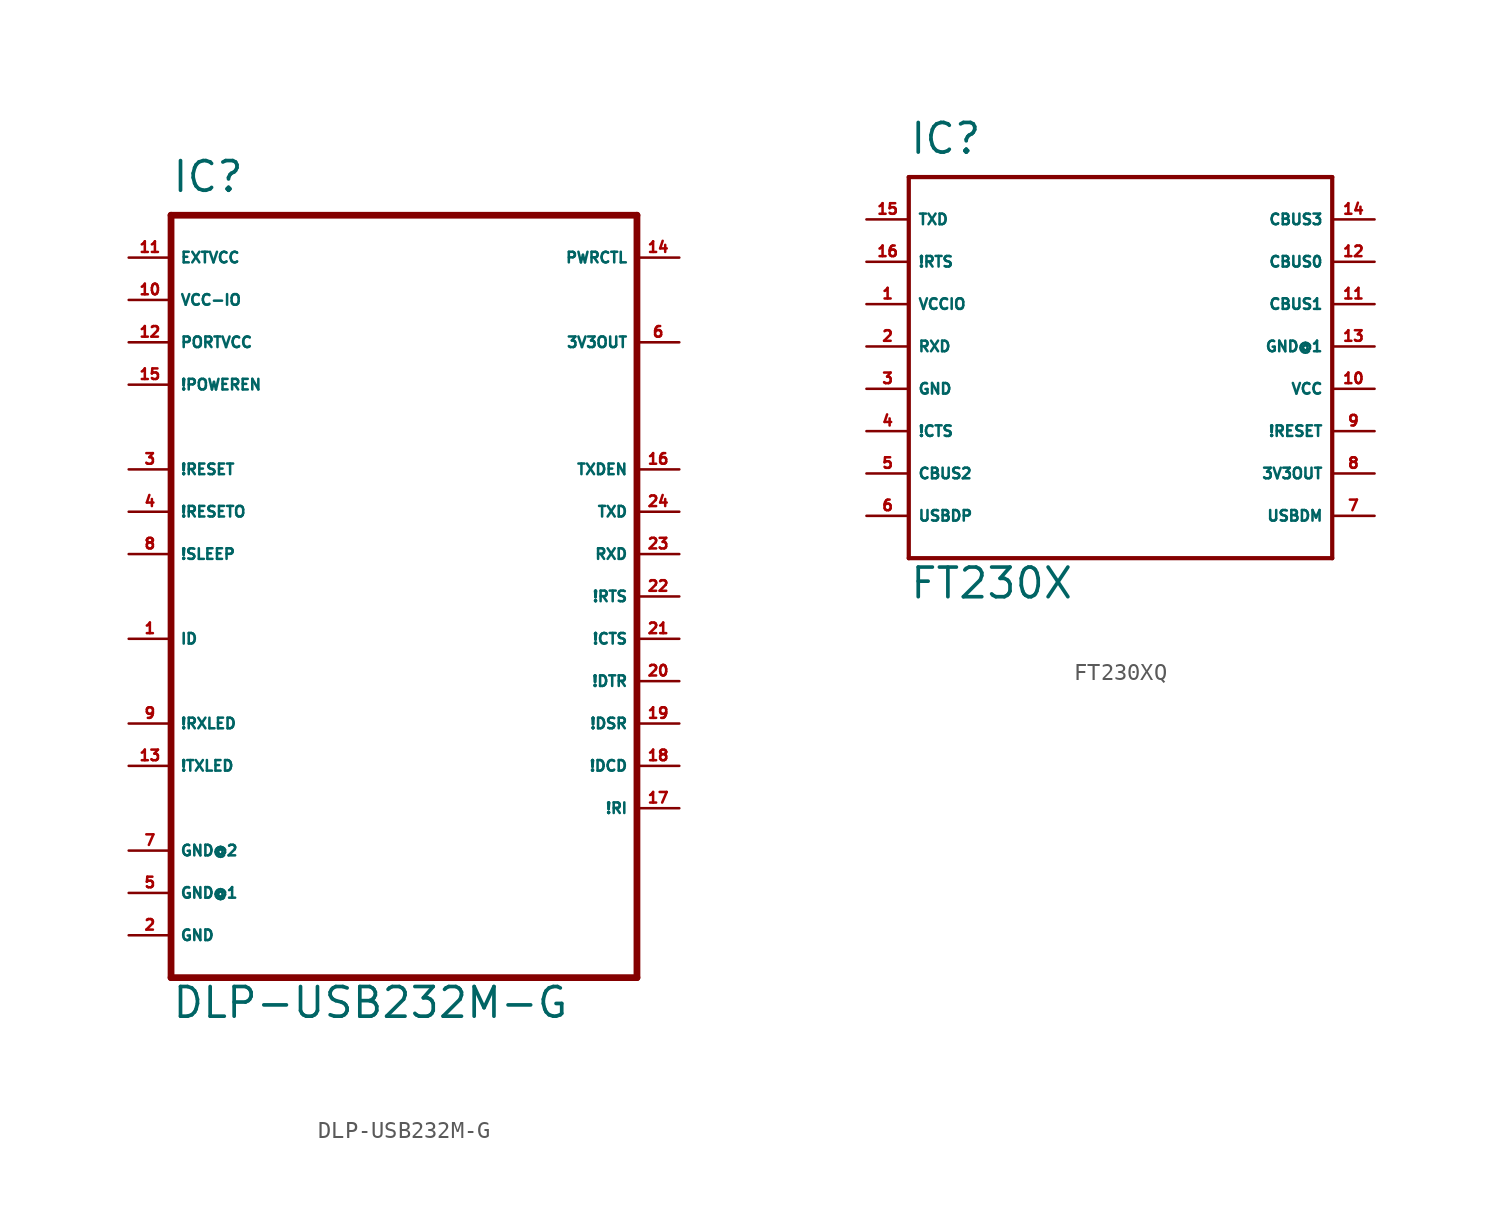
<source format=kicad_sym>
(kicad_symbol_lib
  (version 20220914)
  (generator Eagle2Kicad)
  (symbol "DLP-USB232M-G"
    (property "Reference" "IC"
      (at -12.7 24.13 0)
      (effects (font (size 1.778 1.778) (thickness 0.22)) (justify left bottom)))
    (property "Value" "DLP-USB232M-G"
      (at -12.7 -25.4 0)
      (effects (font (size 1.778 1.778) (thickness 0.22)) (justify left bottom)))
    (polyline
      (pts (xy -12.7 22.86) (xy 15.24 22.86))
      (stroke (width 0.406) (type default))
      (fill (type none)))
    (polyline
      (pts (xy 15.24 22.86) (xy 15.24 -22.86))
      (stroke (width 0.406) (type default))
      (fill (type none)))
    (polyline
      (pts (xy 15.24 -22.86) (xy -12.7 -22.86))
      (stroke (width 0.406) (type default))
      (fill (type none)))
    (polyline
      (pts (xy -12.7 -22.86) (xy -12.7 22.86))
      (stroke (width 0.406) (type default))
      (fill (type none)))
    (pin input line
      (at -15.24 -2.54 0)
      (length 2.54)
      (name "ID" (effects (font (size 0.635 0.635) (thickness 0.08)) (justify left bottom)))
      (number "1" (effects (font (size 0.635 0.635) (thickness 0.08)) (justify left bottom))))
    (pin input line
      (at -15.24 -20.32 0)
      (length 2.54)
      (name "GND" (effects (font (size 0.635 0.635) (thickness 0.08)) (justify left bottom)))
      (number "2" (effects (font (size 0.635 0.635) (thickness 0.08)) (justify left bottom))))
    (pin input line
      (at -15.24 7.62 0)
      (length 2.54)
      (name "!RESET" (effects (font (size 0.635 0.635) (thickness 0.08)) (justify left bottom)))
      (number "3" (effects (font (size 0.635 0.635) (thickness 0.08)) (justify left bottom))))
    (pin input line
      (at -15.24 5.08 0)
      (length 2.54)
      (name "!RESETO" (effects (font (size 0.635 0.635) (thickness 0.08)) (justify left bottom)))
      (number "4" (effects (font (size 0.635 0.635) (thickness 0.08)) (justify left bottom))))
    (pin input line
      (at -15.24 -17.78 0)
      (length 2.54)
      (name "GND@1" (effects (font (size 0.635 0.635) (thickness 0.08)) (justify left bottom)))
      (number "5" (effects (font (size 0.635 0.635) (thickness 0.08)) (justify left bottom))))
    (pin input line
      (at 17.78 15.24 180)
      (length 2.54)
      (name "3V3OUT" (effects (font (size 0.635 0.635) (thickness 0.08)) (justify left bottom)))
      (number "6" (effects (font (size 0.635 0.635) (thickness 0.08)) (justify left bottom))))
    (pin input line
      (at -15.24 -15.24 0)
      (length 2.54)
      (name "GND@2" (effects (font (size 0.635 0.635) (thickness 0.08)) (justify left bottom)))
      (number "7" (effects (font (size 0.635 0.635) (thickness 0.08)) (justify left bottom))))
    (pin input line
      (at -15.24 2.54 0)
      (length 2.54)
      (name "!SLEEP" (effects (font (size 0.635 0.635) (thickness 0.08)) (justify left bottom)))
      (number "8" (effects (font (size 0.635 0.635) (thickness 0.08)) (justify left bottom))))
    (pin input line
      (at -15.24 -7.62 0)
      (length 2.54)
      (name "!RXLED" (effects (font (size 0.635 0.635) (thickness 0.08)) (justify left bottom)))
      (number "9" (effects (font (size 0.635 0.635) (thickness 0.08)) (justify left bottom))))
    (pin input line
      (at -15.24 17.78 0)
      (length 2.54)
      (name "VCC-IO" (effects (font (size 0.635 0.635) (thickness 0.08)) (justify left bottom)))
      (number "10" (effects (font (size 0.635 0.635) (thickness 0.08)) (justify left bottom))))
    (pin input line
      (at -15.24 20.32 0)
      (length 2.54)
      (name "EXTVCC" (effects (font (size 0.635 0.635) (thickness 0.08)) (justify left bottom)))
      (number "11" (effects (font (size 0.635 0.635) (thickness 0.08)) (justify left bottom))))
    (pin input line
      (at -15.24 15.24 0)
      (length 2.54)
      (name "PORTVCC" (effects (font (size 0.635 0.635) (thickness 0.08)) (justify left bottom)))
      (number "12" (effects (font (size 0.635 0.635) (thickness 0.08)) (justify left bottom))))
    (pin input line
      (at -15.24 -10.16 0)
      (length 2.54)
      (name "!TXLED" (effects (font (size 0.635 0.635) (thickness 0.08)) (justify left bottom)))
      (number "13" (effects (font (size 0.635 0.635) (thickness 0.08)) (justify left bottom))))
    (pin input line
      (at 17.78 20.32 180)
      (length 2.54)
      (name "PWRCTL" (effects (font (size 0.635 0.635) (thickness 0.08)) (justify left bottom)))
      (number "14" (effects (font (size 0.635 0.635) (thickness 0.08)) (justify left bottom))))
    (pin input line
      (at -15.24 12.7 0)
      (length 2.54)
      (name "!POWEREN" (effects (font (size 0.635 0.635) (thickness 0.08)) (justify left bottom)))
      (number "15" (effects (font (size 0.635 0.635) (thickness 0.08)) (justify left bottom))))
    (pin input line
      (at 17.78 7.62 180)
      (length 2.54)
      (name "TXDEN" (effects (font (size 0.635 0.635) (thickness 0.08)) (justify left bottom)))
      (number "16" (effects (font (size 0.635 0.635) (thickness 0.08)) (justify left bottom))))
    (pin input line
      (at 17.78 -12.7 180)
      (length 2.54)
      (name "!RI" (effects (font (size 0.635 0.635) (thickness 0.08)) (justify left bottom)))
      (number "17" (effects (font (size 0.635 0.635) (thickness 0.08)) (justify left bottom))))
    (pin input line
      (at 17.78 -10.16 180)
      (length 2.54)
      (name "!DCD" (effects (font (size 0.635 0.635) (thickness 0.08)) (justify left bottom)))
      (number "18" (effects (font (size 0.635 0.635) (thickness 0.08)) (justify left bottom))))
    (pin input line
      (at 17.78 -7.62 180)
      (length 2.54)
      (name "!DSR" (effects (font (size 0.635 0.635) (thickness 0.08)) (justify left bottom)))
      (number "19" (effects (font (size 0.635 0.635) (thickness 0.08)) (justify left bottom))))
    (pin input line
      (at 17.78 -5.08 180)
      (length 2.54)
      (name "!DTR" (effects (font (size 0.635 0.635) (thickness 0.08)) (justify left bottom)))
      (number "20" (effects (font (size 0.635 0.635) (thickness 0.08)) (justify left bottom))))
    (pin input line
      (at 17.78 -2.54 180)
      (length 2.54)
      (name "!CTS" (effects (font (size 0.635 0.635) (thickness 0.08)) (justify left bottom)))
      (number "21" (effects (font (size 0.635 0.635) (thickness 0.08)) (justify left bottom))))
    (pin input line
      (at 17.78 0 180)
      (length 2.54)
      (name "!RTS" (effects (font (size 0.635 0.635) (thickness 0.08)) (justify left bottom)))
      (number "22" (effects (font (size 0.635 0.635) (thickness 0.08)) (justify left bottom))))
    (pin input line
      (at 17.78 2.54 180)
      (length 2.54)
      (name "RXD" (effects (font (size 0.635 0.635) (thickness 0.08)) (justify left bottom)))
      (number "23" (effects (font (size 0.635 0.635) (thickness 0.08)) (justify left bottom))))
    (pin input line
      (at 17.78 5.08 180)
      (length 2.54)
      (name "TXD" (effects (font (size 0.635 0.635) (thickness 0.08)) (justify left bottom)))
      (number "24" (effects (font (size 0.635 0.635) (thickness 0.08)) (justify left bottom)))))
  (symbol "FT230XQ"
    (property "Reference" "IC"
      (at -12.7 11.43 0)
      (effects (font (size 1.778 1.778) (thickness 0.22)) (justify left bottom)))
    (property "Value" "FT230X"
      (at -12.7 -15.24 0)
      (effects (font (size 1.778 1.778) (thickness 0.22)) (justify left bottom)))
    (polyline
      (pts (xy -12.7 -12.7) (xy 12.7 -12.7))
      (stroke (width 0.254) (type default))
      (fill (type none)))
    (polyline
      (pts (xy 12.7 -12.7) (xy 12.7 10.16))
      (stroke (width 0.254) (type default))
      (fill (type none)))
    (polyline
      (pts (xy 12.7 10.16) (xy -12.7 10.16))
      (stroke (width 0.254) (type default))
      (fill (type none)))
    (polyline
      (pts (xy -12.7 10.16) (xy -12.7 -12.7))
      (stroke (width 0.254) (type default))
      (fill (type none)))
    (pin output line
      (at -15.24 7.62 0)
      (length 2.54)
      (name "TXD" (effects (font (size 0.635 0.635) (thickness 0.08)) (justify left bottom)))
      (number "15" (effects (font (size 0.635 0.635) (thickness 0.08)) (justify left bottom))))
    (pin output line
      (at -15.24 5.08 0)
      (length 2.54)
      (name "!RTS" (effects (font (size 0.635 0.635) (thickness 0.08)) (justify left bottom)))
      (number "16" (effects (font (size 0.635 0.635) (thickness 0.08)) (justify left bottom))))
    (pin unspecified line
      (at -15.24 2.54 0)
      (length 2.54)
      (name "VCCIO" (effects (font (size 0.635 0.635) (thickness 0.08)) (justify left bottom)))
      (number "1" (effects (font (size 0.635 0.635) (thickness 0.08)) (justify left bottom))))
    (pin input line
      (at -15.24 0 0)
      (length 2.54)
      (name "RXD" (effects (font (size 0.635 0.635) (thickness 0.08)) (justify left bottom)))
      (number "2" (effects (font (size 0.635 0.635) (thickness 0.08)) (justify left bottom))))
    (pin unspecified line
      (at -15.24 -2.54 0)
      (length 2.54)
      (name "GND" (effects (font (size 0.635 0.635) (thickness 0.08)) (justify left bottom)))
      (number "3" (effects (font (size 0.635 0.635) (thickness 0.08)) (justify left bottom))))
    (pin input line
      (at -15.24 -5.08 0)
      (length 2.54)
      (name "!CTS" (effects (font (size 0.635 0.635) (thickness 0.08)) (justify left bottom)))
      (number "4" (effects (font (size 0.635 0.635) (thickness 0.08)) (justify left bottom))))
    (pin bidirectional line
      (at -15.24 -7.62 0)
      (length 2.54)
      (name "CBUS2" (effects (font (size 0.635 0.635) (thickness 0.08)) (justify left bottom)))
      (number "5" (effects (font (size 0.635 0.635) (thickness 0.08)) (justify left bottom))))
    (pin input line
      (at -15.24 -10.16 0)
      (length 2.54)
      (name "USBDP" (effects (font (size 0.635 0.635) (thickness 0.08)) (justify left bottom)))
      (number "6" (effects (font (size 0.635 0.635) (thickness 0.08)) (justify left bottom))))
    (pin input line
      (at 15.24 -10.16 180)
      (length 2.54)
      (name "USBDM" (effects (font (size 0.635 0.635) (thickness 0.08)) (justify left bottom)))
      (number "7" (effects (font (size 0.635 0.635) (thickness 0.08)) (justify left bottom))))
    (pin output line
      (at 15.24 -7.62 180)
      (length 2.54)
      (name "3V3OUT" (effects (font (size 0.635 0.635) (thickness 0.08)) (justify left bottom)))
      (number "8" (effects (font (size 0.635 0.635) (thickness 0.08)) (justify left bottom))))
    (pin input line
      (at 15.24 -5.08 180)
      (length 2.54)
      (name "!RESET" (effects (font (size 0.635 0.635) (thickness 0.08)) (justify left bottom)))
      (number "9" (effects (font (size 0.635 0.635) (thickness 0.08)) (justify left bottom))))
    (pin unspecified line
      (at 15.24 -2.54 180)
      (length 2.54)
      (name "VCC" (effects (font (size 0.635 0.635) (thickness 0.08)) (justify left bottom)))
      (number "10" (effects (font (size 0.635 0.635) (thickness 0.08)) (justify left bottom))))
    (pin unspecified line
      (at 15.24 0 180)
      (length 2.54)
      (name "GND@1" (effects (font (size 0.635 0.635) (thickness 0.08)) (justify left bottom)))
      (number "13" (effects (font (size 0.635 0.635) (thickness 0.08)) (justify left bottom))))
    (pin bidirectional line
      (at 15.24 2.54 180)
      (length 2.54)
      (name "CBUS1" (effects (font (size 0.635 0.635) (thickness 0.08)) (justify left bottom)))
      (number "11" (effects (font (size 0.635 0.635) (thickness 0.08)) (justify left bottom))))
    (pin bidirectional line
      (at 15.24 5.08 180)
      (length 2.54)
      (name "CBUS0" (effects (font (size 0.635 0.635) (thickness 0.08)) (justify left bottom)))
      (number "12" (effects (font (size 0.635 0.635) (thickness 0.08)) (justify left bottom))))
    (pin bidirectional line
      (at 15.24 7.62 180)
      (length 2.54)
      (name "CBUS3" (effects (font (size 0.635 0.635) (thickness 0.08)) (justify left bottom)))
      (number "14" (effects (font (size 0.635 0.635) (thickness 0.08)) (justify left bottom))))))
</source>
